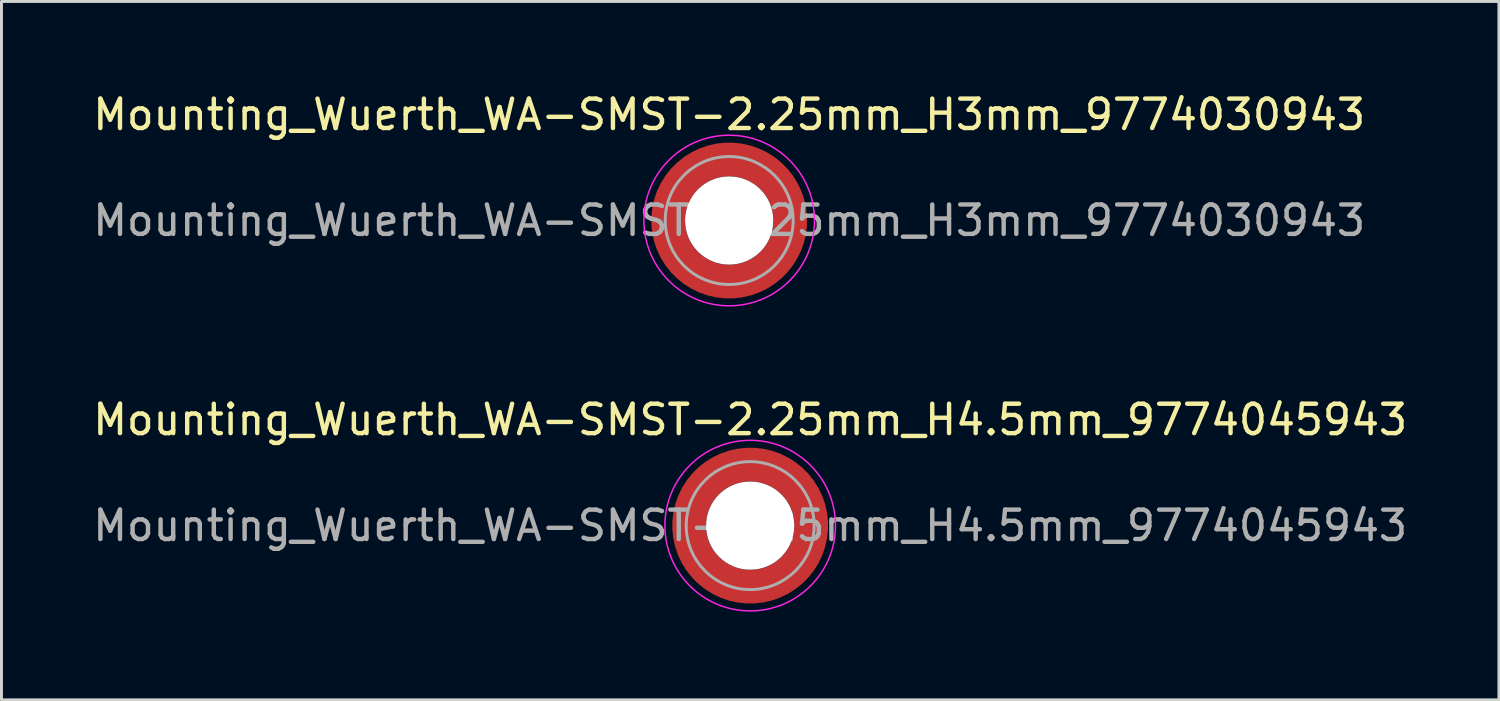
<source format=kicad_pcb>
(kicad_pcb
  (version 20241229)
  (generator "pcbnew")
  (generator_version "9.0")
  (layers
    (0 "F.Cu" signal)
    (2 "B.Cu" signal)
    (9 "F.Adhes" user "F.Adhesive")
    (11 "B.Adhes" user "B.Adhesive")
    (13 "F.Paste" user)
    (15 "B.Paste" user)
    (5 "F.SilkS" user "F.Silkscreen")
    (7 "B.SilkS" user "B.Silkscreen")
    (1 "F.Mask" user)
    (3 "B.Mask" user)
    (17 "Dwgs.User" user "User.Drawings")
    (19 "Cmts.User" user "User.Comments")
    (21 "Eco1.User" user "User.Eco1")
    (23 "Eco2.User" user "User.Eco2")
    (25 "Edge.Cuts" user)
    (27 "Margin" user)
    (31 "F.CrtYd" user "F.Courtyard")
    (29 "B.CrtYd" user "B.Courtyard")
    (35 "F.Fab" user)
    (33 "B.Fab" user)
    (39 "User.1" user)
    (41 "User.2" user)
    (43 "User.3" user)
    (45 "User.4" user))
  (footprint "Mounting_Wuerth_WA-SMST-2.25mm_H3mm_9774030943"
    (layer "F.Cu")
    (at 21.744 4.448)
    (property "Reference" "Mounting_Wuerth_WA-SMST-2.25mm_H3mm_9774030943" (at 0 -3.6 0) (layer "F.SilkS") (effects (font (size 1 1) (thickness 0.15))))
    (attr smd allow_soldermask_bridges)
    (fp_circle (center 0 0) (end 2.9 0) (stroke (width 0.05) (type solid)) (fill no) (layer "F.CrtYd"))
    (fp_circle (center 0 0) (end 2.175 0) (stroke (width 0.1) (type solid)) (fill no) (layer "F.Fab"))
    (fp_text user "${REFERENCE}" (at 0 0 0) (layer "F.Fab") (effects (font (size 1 1) (thickness 0.15))))
    (pad "" smd custom (at -1.453 -1.453) (size 0.505 0.505) (layers "F.Paste") (options (anchor circle)) (primitives (gr_arc (start -0.147677 1.053104) (mid 0.286378 0.286378) (end 1.053104 -0.147677) (width 0.2)) (gr_arc (start -0.240295 1.053104) (mid 0.222739 0.222739) (end 1.053104 -0.240295) (width 0.2)) (gr_arc (start -0.332645 1.053104) (mid 0.159099 0.159099) (end 1.053104 -0.332645) (width 0.2)) (gr_arc (start -0.424767 1.053104) (mid 0.095459 0.095459) (end 1.053104 -0.424767) (width 0.2)) (gr_arc (start -0.516693 1.053104) (mid 0.03182 0.03182) (end 1.053104 -0.516693) (width 0.2)) (gr_arc (start -0.608448 1.053104) (mid -0.03182 -0.03182) (end 1.053104 -0.608448) (width 0.2)) (gr_arc (start -0.700056 1.053104) (mid -0.095459 -0.095459) (end 1.053104 -0.700056) (width 0.2)) (gr_arc (start -0.791534 1.053104) (mid -0.159099 -0.159099) (end 1.053104 -0.791534) (width 0.2)) (gr_arc (start -0.882896 1.053104) (mid -0.222739 -0.222739) (end 1.053104 -0.882896) (width 0.2)) (gr_arc (start -0.974157 1.053104) (mid -0.286378 -0.286378) (end 1.053104 -0.974157) (width 0.2)) (gr_line (start 1.053 -0.148) (end 1.053 -0.974) (width 0.2)) (gr_line (start -0.148 1.053) (end -0.974 1.053) (width 0.2))))
    (pad "" smd custom (at -1.453 1.453) (size 0.505 0.505) (layers "F.Paste") (options (anchor circle)) (primitives (gr_arc (start 1.053104 0.147677) (mid 0.286378 -0.286378) (end -0.147677 -1.053104) (width 0.2)) (gr_arc (start 1.053104 0.240295) (mid 0.222739 -0.222739) (end -0.240295 -1.053104) (width 0.2)) (gr_arc (start 1.053104 0.332645) (mid 0.159099 -0.159099) (end -0.332645 -1.053104) (width 0.2)) (gr_arc (start 1.053104 0.424767) (mid 0.095459 -0.095459) (end -0.424767 -1.053104) (width 0.2)) (gr_arc (start 1.053104 0.516693) (mid 0.03182 -0.03182) (end -0.516693 -1.053104) (width 0.2)) (gr_arc (start 1.053104 0.608448) (mid -0.03182 0.03182) (end -0.608448 -1.053104) (width 0.2)) (gr_arc (start 1.053104 0.700056) (mid -0.095459 0.095459) (end -0.700056 -1.053104) (width 0.2)) (gr_arc (start 1.053104 0.791534) (mid -0.159099 0.159099) (end -0.791534 -1.053104) (width 0.2)) (gr_arc (start 1.053104 0.882896) (mid -0.222739 0.222739) (end -0.882896 -1.053104) (width 0.2)) (gr_arc (start 1.053104 0.974157) (mid -0.286378 0.286378) (end -0.974157 -1.053104) (width 0.2)) (gr_line (start -0.148 -1.053) (end -0.974 -1.053) (width 0.2)) (gr_line (start 1.053 0.148) (end 1.053 0.974) (width 0.2))))
    (pad "" np_thru_hole circle (at 0 0) (size 3 3) (drill 3) (layers "*.Cu" "*.Mask"))
    (pad "" smd custom (at 1.453 -1.453) (size 0.505 0.505) (layers "F.Paste") (options (anchor circle)) (primitives (gr_arc (start -1.053104 -0.147677) (mid -0.286378 0.286378) (end 0.147677 1.053104) (width 0.2)) (gr_arc (start -1.053104 -0.240295) (mid -0.222739 0.222739) (end 0.240295 1.053104) (width 0.2)) (gr_arc (start -1.053104 -0.332645) (mid -0.159099 0.159099) (end 0.332645 1.053104) (width 0.2)) (gr_arc (start -1.053104 -0.424767) (mid -0.095459 0.095459) (end 0.424767 1.053104) (width 0.2)) (gr_arc (start -1.053104 -0.516693) (mid -0.03182 0.03182) (end 0.516693 1.053104) (width 0.2)) (gr_arc (start -1.053104 -0.608448) (mid 0.03182 -0.03182) (end 0.608448 1.053104) (width 0.2)) (gr_arc (start -1.053104 -0.700056) (mid 0.095459 -0.095459) (end 0.700056 1.053104) (width 0.2)) (gr_arc (start -1.053104 -0.791534) (mid 0.159099 -0.159099) (end 0.791534 1.053104) (width 0.2)) (gr_arc (start -1.053104 -0.882896) (mid 0.222739 -0.222739) (end 0.882896 1.053104) (width 0.2)) (gr_arc (start -1.053104 -0.974157) (mid 0.286378 -0.286378) (end 0.974157 1.053104) (width 0.2)) (gr_line (start 0.148 1.053) (end 0.974 1.053) (width 0.2)) (gr_line (start -1.053 -0.148) (end -1.053 -0.974) (width 0.2))))
    (pad "" smd custom (at 1.453 1.453) (size 0.505 0.505) (layers "F.Paste") (options (anchor circle)) (primitives (gr_arc (start 0.147677 -1.053104) (mid -0.286378 -0.286378) (end -1.053104 0.147677) (width 0.2)) (gr_arc (start 0.240295 -1.053104) (mid -0.222739 -0.222739) (end -1.053104 0.240295) (width 0.2)) (gr_arc (start 0.332645 -1.053104) (mid -0.159099 -0.159099) (end -1.053104 0.332645) (width 0.2)) (gr_arc (start 0.424767 -1.053104) (mid -0.095459 -0.095459) (end -1.053104 0.424767) (width 0.2)) (gr_arc (start 0.516693 -1.053104) (mid -0.03182 -0.03182) (end -1.053104 0.516693) (width 0.2)) (gr_arc (start 0.608448 -1.053104) (mid 0.03182 0.03182) (end -1.053104 0.608448) (width 0.2)) (gr_arc (start 0.700056 -1.053104) (mid 0.095459 0.095459) (end -1.053104 0.700056) (width 0.2)) (gr_arc (start 0.791534 -1.053104) (mid 0.159099 0.159099) (end -1.053104 0.791534) (width 0.2)) (gr_arc (start 0.882896 -1.053104) (mid 0.222739 0.222739) (end -1.053104 0.882896) (width 0.2)) (gr_arc (start 0.974157 -1.053104) (mid 0.286378 0.286378) (end -1.053104 0.974157) (width 0.2)) (gr_line (start -1.053 0.148) (end -1.053 0.974) (width 0.2)) (gr_line (start 0.148 -1.053) (end 0.974 -1.053) (width 0.2))))
    (pad "1" smd circle (at -2.075 0) (size 0.642 0.642) (layers "F.Cu"))
    (pad "1" smd circle (at 0 -2.075) (size 0.642 0.642) (layers "F.Cu"))
    (pad "1" smd circle (at 0 2.075) (size 0.642 0.642) (layers "F.Cu"))
    (pad "1" smd custom (at 2.075 0) (size 1.15 1.15) (layers "F.Cu" "F.Mask") (options (anchor circle)) (primitives (gr_circle (center -2.075 0) (end 0 0) (width 1.15) (fill no)))))
  (footprint "Mounting_Wuerth_WA-SMST-2.25mm_H4.5mm_9774045943"
    (layer "F.Cu")
    (at 22.458 14.822)
    (property "Reference" "Mounting_Wuerth_WA-SMST-2.25mm_H4.5mm_9774045943" (at 0 -3.6 0) (layer "F.SilkS") (effects (font (size 1 1) (thickness 0.15))))
    (attr smd allow_soldermask_bridges)
    (fp_circle (center 0 0) (end 2.9 0) (stroke (width 0.05) (type solid)) (fill no) (layer "F.CrtYd"))
    (fp_circle (center 0 0) (end 2.175 0) (stroke (width 0.1) (type solid)) (fill no) (layer "F.Fab"))
    (fp_text user "${REFERENCE}" (at 0 0 0) (layer "F.Fab") (effects (font (size 1 1) (thickness 0.15))))
    (pad "" smd custom (at -1.453 -1.453) (size 0.505 0.505) (layers "F.Paste") (options (anchor circle)) (primitives (gr_arc (start -0.147677 1.053104) (mid 0.286378 0.286378) (end 1.053104 -0.147677) (width 0.2)) (gr_arc (start -0.240295 1.053104) (mid 0.222739 0.222739) (end 1.053104 -0.240295) (width 0.2)) (gr_arc (start -0.332645 1.053104) (mid 0.159099 0.159099) (end 1.053104 -0.332645) (width 0.2)) (gr_arc (start -0.424767 1.053104) (mid 0.095459 0.095459) (end 1.053104 -0.424767) (width 0.2)) (gr_arc (start -0.516693 1.053104) (mid 0.03182 0.03182) (end 1.053104 -0.516693) (width 0.2)) (gr_arc (start -0.608448 1.053104) (mid -0.03182 -0.03182) (end 1.053104 -0.608448) (width 0.2)) (gr_arc (start -0.700056 1.053104) (mid -0.095459 -0.095459) (end 1.053104 -0.700056) (width 0.2)) (gr_arc (start -0.791534 1.053104) (mid -0.159099 -0.159099) (end 1.053104 -0.791534) (width 0.2)) (gr_arc (start -0.882896 1.053104) (mid -0.222739 -0.222739) (end 1.053104 -0.882896) (width 0.2)) (gr_arc (start -0.974157 1.053104) (mid -0.286378 -0.286378) (end 1.053104 -0.974157) (width 0.2)) (gr_line (start 1.053 -0.148) (end 1.053 -0.974) (width 0.2)) (gr_line (start -0.148 1.053) (end -0.974 1.053) (width 0.2))))
    (pad "" smd custom (at -1.453 1.453) (size 0.505 0.505) (layers "F.Paste") (options (anchor circle)) (primitives (gr_arc (start 1.053104 0.147677) (mid 0.286378 -0.286378) (end -0.147677 -1.053104) (width 0.2)) (gr_arc (start 1.053104 0.240295) (mid 0.222739 -0.222739) (end -0.240295 -1.053104) (width 0.2)) (gr_arc (start 1.053104 0.332645) (mid 0.159099 -0.159099) (end -0.332645 -1.053104) (width 0.2)) (gr_arc (start 1.053104 0.424767) (mid 0.095459 -0.095459) (end -0.424767 -1.053104) (width 0.2)) (gr_arc (start 1.053104 0.516693) (mid 0.03182 -0.03182) (end -0.516693 -1.053104) (width 0.2)) (gr_arc (start 1.053104 0.608448) (mid -0.03182 0.03182) (end -0.608448 -1.053104) (width 0.2)) (gr_arc (start 1.053104 0.700056) (mid -0.095459 0.095459) (end -0.700056 -1.053104) (width 0.2)) (gr_arc (start 1.053104 0.791534) (mid -0.159099 0.159099) (end -0.791534 -1.053104) (width 0.2)) (gr_arc (start 1.053104 0.882896) (mid -0.222739 0.222739) (end -0.882896 -1.053104) (width 0.2)) (gr_arc (start 1.053104 0.974157) (mid -0.286378 0.286378) (end -0.974157 -1.053104) (width 0.2)) (gr_line (start -0.148 -1.053) (end -0.974 -1.053) (width 0.2)) (gr_line (start 1.053 0.148) (end 1.053 0.974) (width 0.2))))
    (pad "" np_thru_hole circle (at 0 0) (size 3 3) (drill 3) (layers "*.Cu" "*.Mask"))
    (pad "" smd custom (at 1.453 -1.453) (size 0.505 0.505) (layers "F.Paste") (options (anchor circle)) (primitives (gr_arc (start -1.053104 -0.147677) (mid -0.286378 0.286378) (end 0.147677 1.053104) (width 0.2)) (gr_arc (start -1.053104 -0.240295) (mid -0.222739 0.222739) (end 0.240295 1.053104) (width 0.2)) (gr_arc (start -1.053104 -0.332645) (mid -0.159099 0.159099) (end 0.332645 1.053104) (width 0.2)) (gr_arc (start -1.053104 -0.424767) (mid -0.095459 0.095459) (end 0.424767 1.053104) (width 0.2)) (gr_arc (start -1.053104 -0.516693) (mid -0.03182 0.03182) (end 0.516693 1.053104) (width 0.2)) (gr_arc (start -1.053104 -0.608448) (mid 0.03182 -0.03182) (end 0.608448 1.053104) (width 0.2)) (gr_arc (start -1.053104 -0.700056) (mid 0.095459 -0.095459) (end 0.700056 1.053104) (width 0.2)) (gr_arc (start -1.053104 -0.791534) (mid 0.159099 -0.159099) (end 0.791534 1.053104) (width 0.2)) (gr_arc (start -1.053104 -0.882896) (mid 0.222739 -0.222739) (end 0.882896 1.053104) (width 0.2)) (gr_arc (start -1.053104 -0.974157) (mid 0.286378 -0.286378) (end 0.974157 1.053104) (width 0.2)) (gr_line (start 0.148 1.053) (end 0.974 1.053) (width 0.2)) (gr_line (start -1.053 -0.148) (end -1.053 -0.974) (width 0.2))))
    (pad "" smd custom (at 1.453 1.453) (size 0.505 0.505) (layers "F.Paste") (options (anchor circle)) (primitives (gr_arc (start 0.147677 -1.053104) (mid -0.286378 -0.286378) (end -1.053104 0.147677) (width 0.2)) (gr_arc (start 0.240295 -1.053104) (mid -0.222739 -0.222739) (end -1.053104 0.240295) (width 0.2)) (gr_arc (start 0.332645 -1.053104) (mid -0.159099 -0.159099) (end -1.053104 0.332645) (width 0.2)) (gr_arc (start 0.424767 -1.053104) (mid -0.095459 -0.095459) (end -1.053104 0.424767) (width 0.2)) (gr_arc (start 0.516693 -1.053104) (mid -0.03182 -0.03182) (end -1.053104 0.516693) (width 0.2)) (gr_arc (start 0.608448 -1.053104) (mid 0.03182 0.03182) (end -1.053104 0.608448) (width 0.2)) (gr_arc (start 0.700056 -1.053104) (mid 0.095459 0.095459) (end -1.053104 0.700056) (width 0.2)) (gr_arc (start 0.791534 -1.053104) (mid 0.159099 0.159099) (end -1.053104 0.791534) (width 0.2)) (gr_arc (start 0.882896 -1.053104) (mid 0.222739 0.222739) (end -1.053104 0.882896) (width 0.2)) (gr_arc (start 0.974157 -1.053104) (mid 0.286378 0.286378) (end -1.053104 0.974157) (width 0.2)) (gr_line (start -1.053 0.148) (end -1.053 0.974) (width 0.2)) (gr_line (start 0.148 -1.053) (end 0.974 -1.053) (width 0.2))))
    (pad "1" smd circle (at -2.075 0) (size 0.642 0.642) (layers "F.Cu"))
    (pad "1" smd circle (at 0 -2.075) (size 0.642 0.642) (layers "F.Cu"))
    (pad "1" smd circle (at 0 2.075) (size 0.642 0.642) (layers "F.Cu"))
    (pad "1" smd custom (at 2.075 0) (size 1.15 1.15) (layers "F.Cu" "F.Mask") (options (anchor circle)) (primitives (gr_circle (center -2.075 0) (end 0 0) (width 1.15) (fill no)))))
  (gr_rect
    (start -3 -3)
    (end 47.917 20.747)
    (stroke (width 0.1) (type default))
    (fill no)
    (layer "Edge.Cuts")))
</source>
